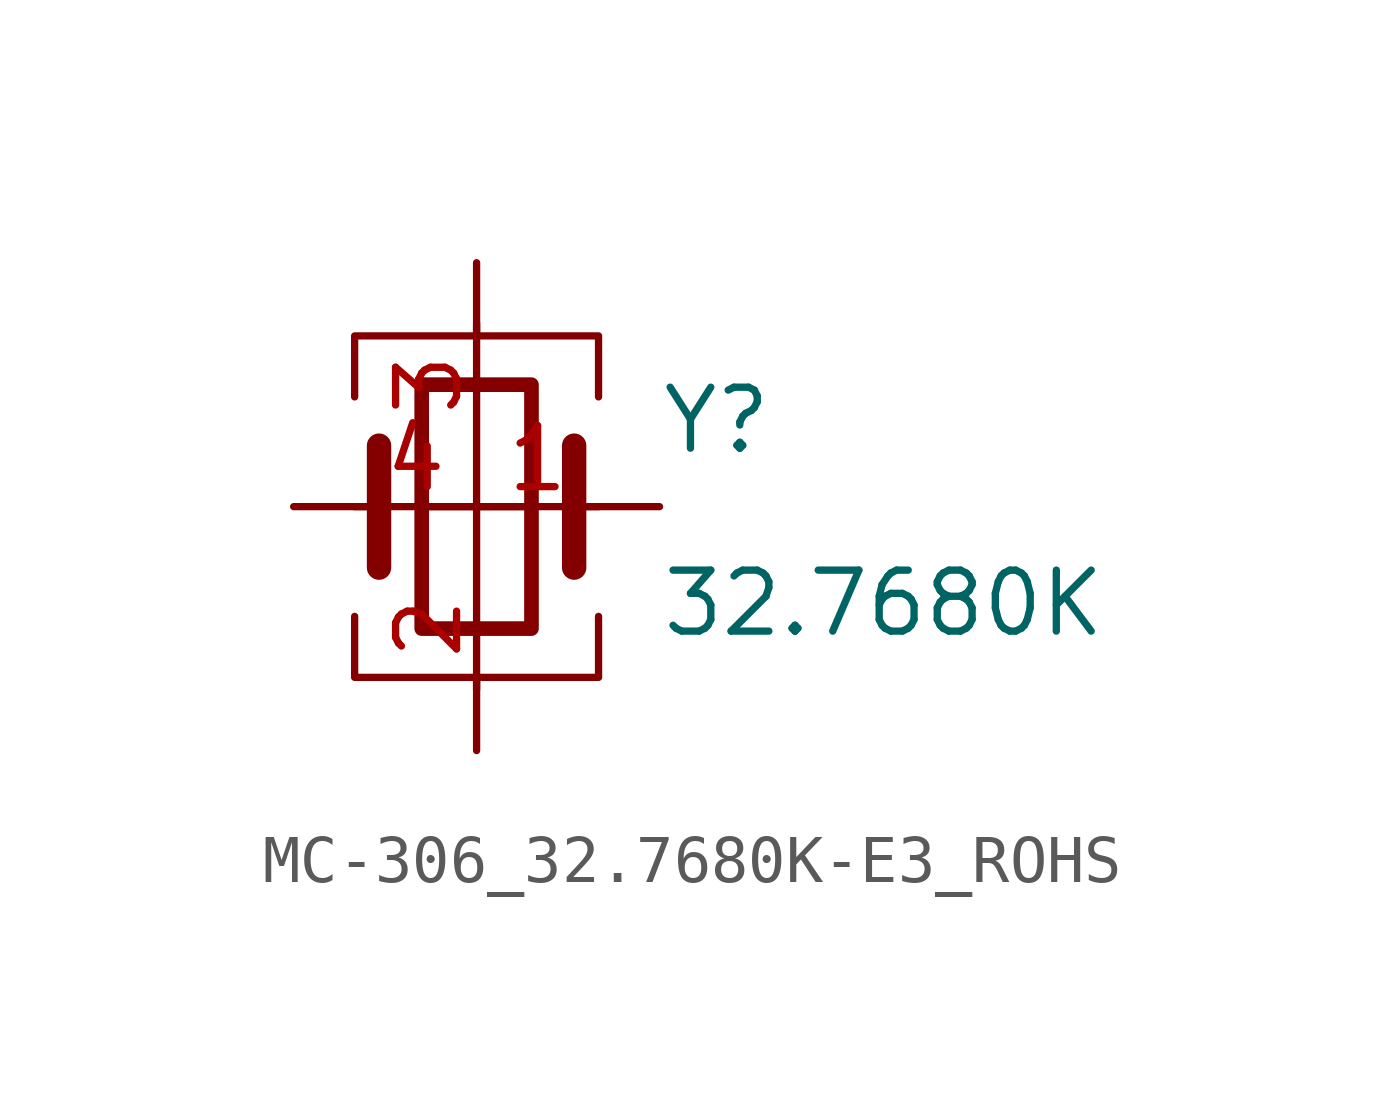
<source format=kicad_sym>
(kicad_symbol_lib
  (version 20220914)
  (generator kicad_symbol_editor)
  (symbol "MC-306_32.7680K-E3_ROHS"
    (property "Reference" "Y"
      (at 3.81 2.54 0)
      (effects (font (size 1.27 1.27)) (justify left top)))
    (property "Value" "32.7680K"
      (at 3.81 -1.27 0)
      (effects (font (size 1.27 1.27)) (justify left top)))
    (symbol "MC-306_32.7680K-E3_ROHS_0_1"
      (rectangle (start -1.143 2.54) (end 1.143 -2.54) (stroke (width 0.305) (type default)) (fill (type none)))
      (polyline (pts (xy -2.54 0) (xy -2.032 0)) (stroke (width 0) (type default)) (fill (type none)))
      (polyline (pts (xy -2.032 -1.27) (xy -2.032 1.27)) (stroke (width 0.508) (type default)) (fill (type none)))
      (polyline (pts (xy 0 -3.81) (xy 0 -3.556)) (stroke (width 0) (type default)) (fill (type none)))
      (polyline (pts (xy 0 3.556) (xy 0 3.81)) (stroke (width 0) (type default)) (fill (type none)))
      (polyline (pts (xy 2.032 -1.27) (xy 2.032 1.27)) (stroke (width 0.508) (type default)) (fill (type none)))
      (polyline (pts (xy 2.032 0) (xy 2.54 0)) (stroke (width 0) (type default)) (fill (type none)))
      (polyline (pts (xy -2.54 -2.286) (xy -2.54 -3.556) (xy 2.54 -3.556) (xy 2.54 -2.286)) (stroke (width 0) (type default)) (fill (type none)))
      (polyline (pts (xy -2.54 2.286) (xy -2.54 3.556) (xy 2.54 3.556) (xy 2.54 2.286)) (stroke (width 0) (type default)) (fill (type none))))
    (symbol "MC-306_32.7680K-E3_ROHS_1_1"
      (pin passive line (at 3.81 0 180) (length 5.08) (name "" (effects (font (size 1.27 1.27)))) (number "1" (effects (font (size 1.27 1.27)))))
      (pin passive line (at 0 -5.08 90) (length 5.08) (name "" (effects (font (size 1.27 1.27)))) (number "2" (effects (font (size 1.27 1.27)))))
      (pin passive line (at 0 5.08 270) (length 5.08) (name "" (effects (font (size 1.27 1.27)))) (number "3" (effects (font (size 1.27 1.27)))))
      (pin passive line (at -3.81 0 0) (length 5.08) (name "" (effects (font (size 1.27 1.27)))) (number "4" (effects (font (size 1.27 1.27))))))))
</source>
